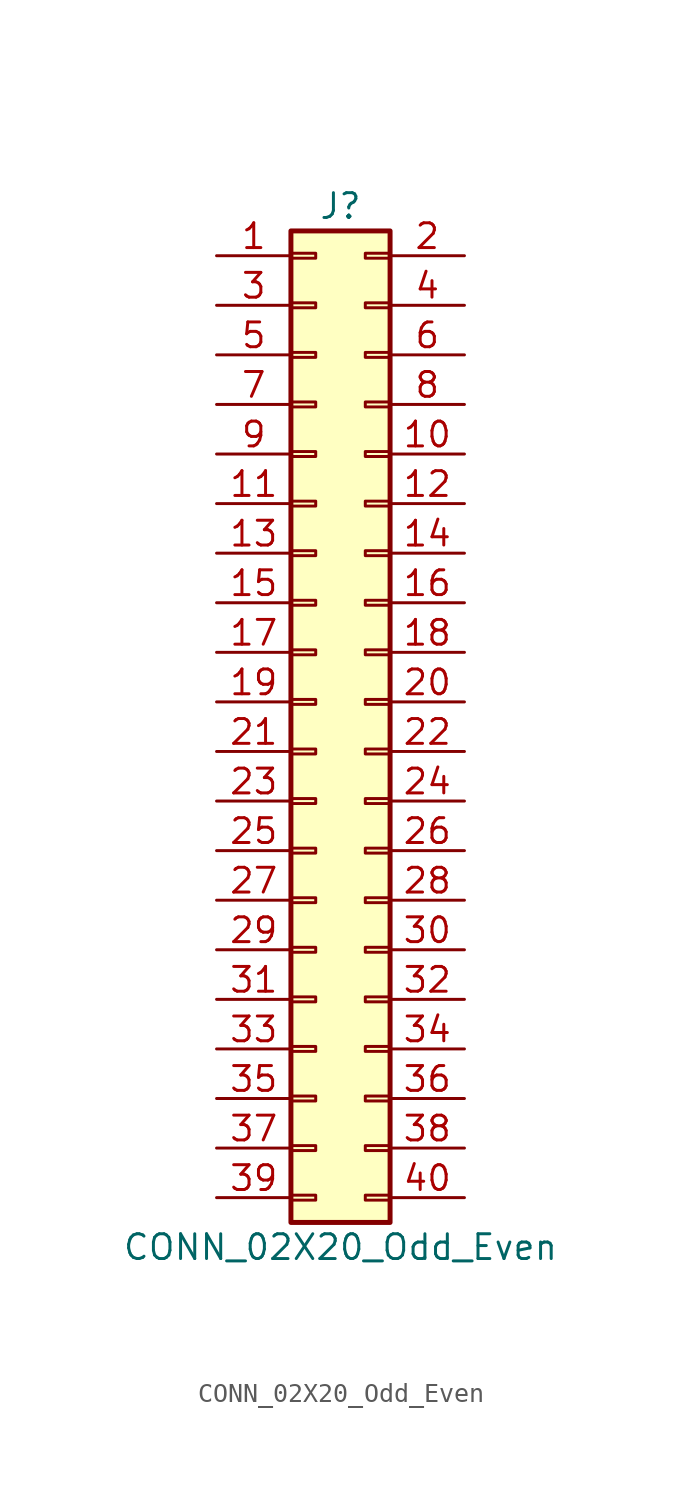
<source format=kicad_sym>
(kicad_symbol_lib
  (version 20211014)
  (generator kicad_symbol_editor)
  (symbol "CONN_02X20_Odd_Even"
    (pin_names
      (offset 1.016) hide)
    (property "Reference" "J"
      (at 1.27 25.4 0)
      (effects (font (size 1.27 1.27))))
    (property "Value" "CONN_02X20_Odd_Even"
      (at 1.27 -27.94 0)
      (effects (font (size 1.27 1.27))))
    (symbol "CONN_02X20_Odd_Even_1_1"
      (rectangle (start -1.27 -25.273) (end 0 -25.527) (stroke (width 0.152) (type default) (color 0 0 0 0)) (fill (type none)))
      (rectangle (start -1.27 -22.733) (end 0 -22.987) (stroke (width 0.152) (type default) (color 0 0 0 0)) (fill (type none)))
      (rectangle (start -1.27 -20.193) (end 0 -20.447) (stroke (width 0.152) (type default) (color 0 0 0 0)) (fill (type none)))
      (rectangle (start -1.27 -17.653) (end 0 -17.907) (stroke (width 0.152) (type default) (color 0 0 0 0)) (fill (type none)))
      (rectangle (start -1.27 -15.113) (end 0 -15.367) (stroke (width 0.152) (type default) (color 0 0 0 0)) (fill (type none)))
      (rectangle (start -1.27 -12.573) (end 0 -12.827) (stroke (width 0.152) (type default) (color 0 0 0 0)) (fill (type none)))
      (rectangle (start -1.27 -10.033) (end 0 -10.287) (stroke (width 0.152) (type default) (color 0 0 0 0)) (fill (type none)))
      (rectangle (start -1.27 -7.493) (end 0 -7.747) (stroke (width 0.152) (type default) (color 0 0 0 0)) (fill (type none)))
      (rectangle (start -1.27 -4.953) (end 0 -5.207) (stroke (width 0.152) (type default) (color 0 0 0 0)) (fill (type none)))
      (rectangle (start -1.27 -2.413) (end 0 -2.667) (stroke (width 0.152) (type default) (color 0 0 0 0)) (fill (type none)))
      (rectangle (start -1.27 0.127) (end 0 -0.127) (stroke (width 0.152) (type default) (color 0 0 0 0)) (fill (type none)))
      (rectangle (start -1.27 2.667) (end 0 2.413) (stroke (width 0.152) (type default) (color 0 0 0 0)) (fill (type none)))
      (rectangle (start -1.27 5.207) (end 0 4.953) (stroke (width 0.152) (type default) (color 0 0 0 0)) (fill (type none)))
      (rectangle (start -1.27 7.747) (end 0 7.493) (stroke (width 0.152) (type default) (color 0 0 0 0)) (fill (type none)))
      (rectangle (start -1.27 10.287) (end 0 10.033) (stroke (width 0.152) (type default) (color 0 0 0 0)) (fill (type none)))
      (rectangle (start -1.27 12.827) (end 0 12.573) (stroke (width 0.152) (type default) (color 0 0 0 0)) (fill (type none)))
      (rectangle (start -1.27 15.367) (end 0 15.113) (stroke (width 0.152) (type default) (color 0 0 0 0)) (fill (type none)))
      (rectangle (start -1.27 17.907) (end 0 17.653) (stroke (width 0.152) (type default) (color 0 0 0 0)) (fill (type none)))
      (rectangle (start -1.27 20.447) (end 0 20.193) (stroke (width 0.152) (type default) (color 0 0 0 0)) (fill (type none)))
      (rectangle (start -1.27 22.987) (end 0 22.733) (stroke (width 0.152) (type default) (color 0 0 0 0)) (fill (type none)))
      (rectangle (start -1.27 24.13) (end 3.81 -26.67) (stroke (width 0.254) (type default) (color 0 0 0 0)) (fill (type background)))
      (rectangle (start 3.81 -25.273) (end 2.54 -25.527) (stroke (width 0.152) (type default) (color 0 0 0 0)) (fill (type none)))
      (rectangle (start 3.81 -22.733) (end 2.54 -22.987) (stroke (width 0.152) (type default) (color 0 0 0 0)) (fill (type none)))
      (rectangle (start 3.81 -20.193) (end 2.54 -20.447) (stroke (width 0.152) (type default) (color 0 0 0 0)) (fill (type none)))
      (rectangle (start 3.81 -17.653) (end 2.54 -17.907) (stroke (width 0.152) (type default) (color 0 0 0 0)) (fill (type none)))
      (rectangle (start 3.81 -15.113) (end 2.54 -15.367) (stroke (width 0.152) (type default) (color 0 0 0 0)) (fill (type none)))
      (rectangle (start 3.81 -12.573) (end 2.54 -12.827) (stroke (width 0.152) (type default) (color 0 0 0 0)) (fill (type none)))
      (rectangle (start 3.81 -10.033) (end 2.54 -10.287) (stroke (width 0.152) (type default) (color 0 0 0 0)) (fill (type none)))
      (rectangle (start 3.81 -7.493) (end 2.54 -7.747) (stroke (width 0.152) (type default) (color 0 0 0 0)) (fill (type none)))
      (rectangle (start 3.81 -4.953) (end 2.54 -5.207) (stroke (width 0.152) (type default) (color 0 0 0 0)) (fill (type none)))
      (rectangle (start 3.81 -2.413) (end 2.54 -2.667) (stroke (width 0.152) (type default) (color 0 0 0 0)) (fill (type none)))
      (rectangle (start 3.81 0.127) (end 2.54 -0.127) (stroke (width 0.152) (type default) (color 0 0 0 0)) (fill (type none)))
      (rectangle (start 3.81 2.667) (end 2.54 2.413) (stroke (width 0.152) (type default) (color 0 0 0 0)) (fill (type none)))
      (rectangle (start 3.81 5.207) (end 2.54 4.953) (stroke (width 0.152) (type default) (color 0 0 0 0)) (fill (type none)))
      (rectangle (start 3.81 7.747) (end 2.54 7.493) (stroke (width 0.152) (type default) (color 0 0 0 0)) (fill (type none)))
      (rectangle (start 3.81 10.287) (end 2.54 10.033) (stroke (width 0.152) (type default) (color 0 0 0 0)) (fill (type none)))
      (rectangle (start 3.81 12.827) (end 2.54 12.573) (stroke (width 0.152) (type default) (color 0 0 0 0)) (fill (type none)))
      (rectangle (start 3.81 15.367) (end 2.54 15.113) (stroke (width 0.152) (type default) (color 0 0 0 0)) (fill (type none)))
      (rectangle (start 3.81 17.907) (end 2.54 17.653) (stroke (width 0.152) (type default) (color 0 0 0 0)) (fill (type none)))
      (rectangle (start 3.81 20.447) (end 2.54 20.193) (stroke (width 0.152) (type default) (color 0 0 0 0)) (fill (type none)))
      (rectangle (start 3.81 22.987) (end 2.54 22.733) (stroke (width 0.152) (type default) (color 0 0 0 0)) (fill (type none)))
      (pin passive line (at -5.08 22.86 0) (length 3.81) (name "Pin_1" (effects (font (size 1.27 1.27)))) (number "1" (effects (font (size 1.27 1.27)))))
      (pin passive line (at 7.62 12.7 180) (length 3.81) (name "Pin_10" (effects (font (size 1.27 1.27)))) (number "10" (effects (font (size 1.27 1.27)))))
      (pin passive line (at -5.08 10.16 0) (length 3.81) (name "Pin_11" (effects (font (size 1.27 1.27)))) (number "11" (effects (font (size 1.27 1.27)))))
      (pin passive line (at 7.62 10.16 180) (length 3.81) (name "Pin_12" (effects (font (size 1.27 1.27)))) (number "12" (effects (font (size 1.27 1.27)))))
      (pin passive line (at -5.08 7.62 0) (length 3.81) (name "Pin_13" (effects (font (size 1.27 1.27)))) (number "13" (effects (font (size 1.27 1.27)))))
      (pin passive line (at 7.62 7.62 180) (length 3.81) (name "Pin_14" (effects (font (size 1.27 1.27)))) (number "14" (effects (font (size 1.27 1.27)))))
      (pin passive line (at -5.08 5.08 0) (length 3.81) (name "Pin_15" (effects (font (size 1.27 1.27)))) (number "15" (effects (font (size 1.27 1.27)))))
      (pin passive line (at 7.62 5.08 180) (length 3.81) (name "Pin_16" (effects (font (size 1.27 1.27)))) (number "16" (effects (font (size 1.27 1.27)))))
      (pin passive line (at -5.08 2.54 0) (length 3.81) (name "Pin_17" (effects (font (size 1.27 1.27)))) (number "17" (effects (font (size 1.27 1.27)))))
      (pin passive line (at 7.62 2.54 180) (length 3.81) (name "Pin_18" (effects (font (size 1.27 1.27)))) (number "18" (effects (font (size 1.27 1.27)))))
      (pin passive line (at -5.08 0 0) (length 3.81) (name "Pin_19" (effects (font (size 1.27 1.27)))) (number "19" (effects (font (size 1.27 1.27)))))
      (pin passive line (at 7.62 22.86 180) (length 3.81) (name "Pin_2" (effects (font (size 1.27 1.27)))) (number "2" (effects (font (size 1.27 1.27)))))
      (pin passive line (at 7.62 0 180) (length 3.81) (name "Pin_20" (effects (font (size 1.27 1.27)))) (number "20" (effects (font (size 1.27 1.27)))))
      (pin passive line (at -5.08 -2.54 0) (length 3.81) (name "Pin_21" (effects (font (size 1.27 1.27)))) (number "21" (effects (font (size 1.27 1.27)))))
      (pin passive line (at 7.62 -2.54 180) (length 3.81) (name "Pin_22" (effects (font (size 1.27 1.27)))) (number "22" (effects (font (size 1.27 1.27)))))
      (pin passive line (at -5.08 -5.08 0) (length 3.81) (name "Pin_23" (effects (font (size 1.27 1.27)))) (number "23" (effects (font (size 1.27 1.27)))))
      (pin passive line (at 7.62 -5.08 180) (length 3.81) (name "Pin_24" (effects (font (size 1.27 1.27)))) (number "24" (effects (font (size 1.27 1.27)))))
      (pin passive line (at -5.08 -7.62 0) (length 3.81) (name "Pin_25" (effects (font (size 1.27 1.27)))) (number "25" (effects (font (size 1.27 1.27)))))
      (pin passive line (at 7.62 -7.62 180) (length 3.81) (name "Pin_26" (effects (font (size 1.27 1.27)))) (number "26" (effects (font (size 1.27 1.27)))))
      (pin passive line (at -5.08 -10.16 0) (length 3.81) (name "Pin_27" (effects (font (size 1.27 1.27)))) (number "27" (effects (font (size 1.27 1.27)))))
      (pin passive line (at 7.62 -10.16 180) (length 3.81) (name "Pin_28" (effects (font (size 1.27 1.27)))) (number "28" (effects (font (size 1.27 1.27)))))
      (pin passive line (at -5.08 -12.7 0) (length 3.81) (name "Pin_29" (effects (font (size 1.27 1.27)))) (number "29" (effects (font (size 1.27 1.27)))))
      (pin passive line (at -5.08 20.32 0) (length 3.81) (name "Pin_3" (effects (font (size 1.27 1.27)))) (number "3" (effects (font (size 1.27 1.27)))))
      (pin passive line (at 7.62 -12.7 180) (length 3.81) (name "Pin_30" (effects (font (size 1.27 1.27)))) (number "30" (effects (font (size 1.27 1.27)))))
      (pin passive line (at -5.08 -15.24 0) (length 3.81) (name "Pin_31" (effects (font (size 1.27 1.27)))) (number "31" (effects (font (size 1.27 1.27)))))
      (pin passive line (at 7.62 -15.24 180) (length 3.81) (name "Pin_32" (effects (font (size 1.27 1.27)))) (number "32" (effects (font (size 1.27 1.27)))))
      (pin passive line (at -5.08 -17.78 0) (length 3.81) (name "Pin_33" (effects (font (size 1.27 1.27)))) (number "33" (effects (font (size 1.27 1.27)))))
      (pin passive line (at 7.62 -17.78 180) (length 3.81) (name "Pin_34" (effects (font (size 1.27 1.27)))) (number "34" (effects (font (size 1.27 1.27)))))
      (pin passive line (at -5.08 -20.32 0) (length 3.81) (name "Pin_35" (effects (font (size 1.27 1.27)))) (number "35" (effects (font (size 1.27 1.27)))))
      (pin passive line (at 7.62 -20.32 180) (length 3.81) (name "Pin_36" (effects (font (size 1.27 1.27)))) (number "36" (effects (font (size 1.27 1.27)))))
      (pin passive line (at -5.08 -22.86 0) (length 3.81) (name "Pin_37" (effects (font (size 1.27 1.27)))) (number "37" (effects (font (size 1.27 1.27)))))
      (pin passive line (at 7.62 -22.86 180) (length 3.81) (name "Pin_38" (effects (font (size 1.27 1.27)))) (number "38" (effects (font (size 1.27 1.27)))))
      (pin passive line (at -5.08 -25.4 0) (length 3.81) (name "Pin_39" (effects (font (size 1.27 1.27)))) (number "39" (effects (font (size 1.27 1.27)))))
      (pin passive line (at 7.62 20.32 180) (length 3.81) (name "Pin_4" (effects (font (size 1.27 1.27)))) (number "4" (effects (font (size 1.27 1.27)))))
      (pin passive line (at 7.62 -25.4 180) (length 3.81) (name "Pin_40" (effects (font (size 1.27 1.27)))) (number "40" (effects (font (size 1.27 1.27)))))
      (pin passive line (at -5.08 17.78 0) (length 3.81) (name "Pin_5" (effects (font (size 1.27 1.27)))) (number "5" (effects (font (size 1.27 1.27)))))
      (pin passive line (at 7.62 17.78 180) (length 3.81) (name "Pin_6" (effects (font (size 1.27 1.27)))) (number "6" (effects (font (size 1.27 1.27)))))
      (pin passive line (at -5.08 15.24 0) (length 3.81) (name "Pin_7" (effects (font (size 1.27 1.27)))) (number "7" (effects (font (size 1.27 1.27)))))
      (pin passive line (at 7.62 15.24 180) (length 3.81) (name "Pin_8" (effects (font (size 1.27 1.27)))) (number "8" (effects (font (size 1.27 1.27)))))
      (pin passive line (at -5.08 12.7 0) (length 3.81) (name "Pin_9" (effects (font (size 1.27 1.27)))) (number "9" (effects (font (size 1.27 1.27))))))))
</source>
